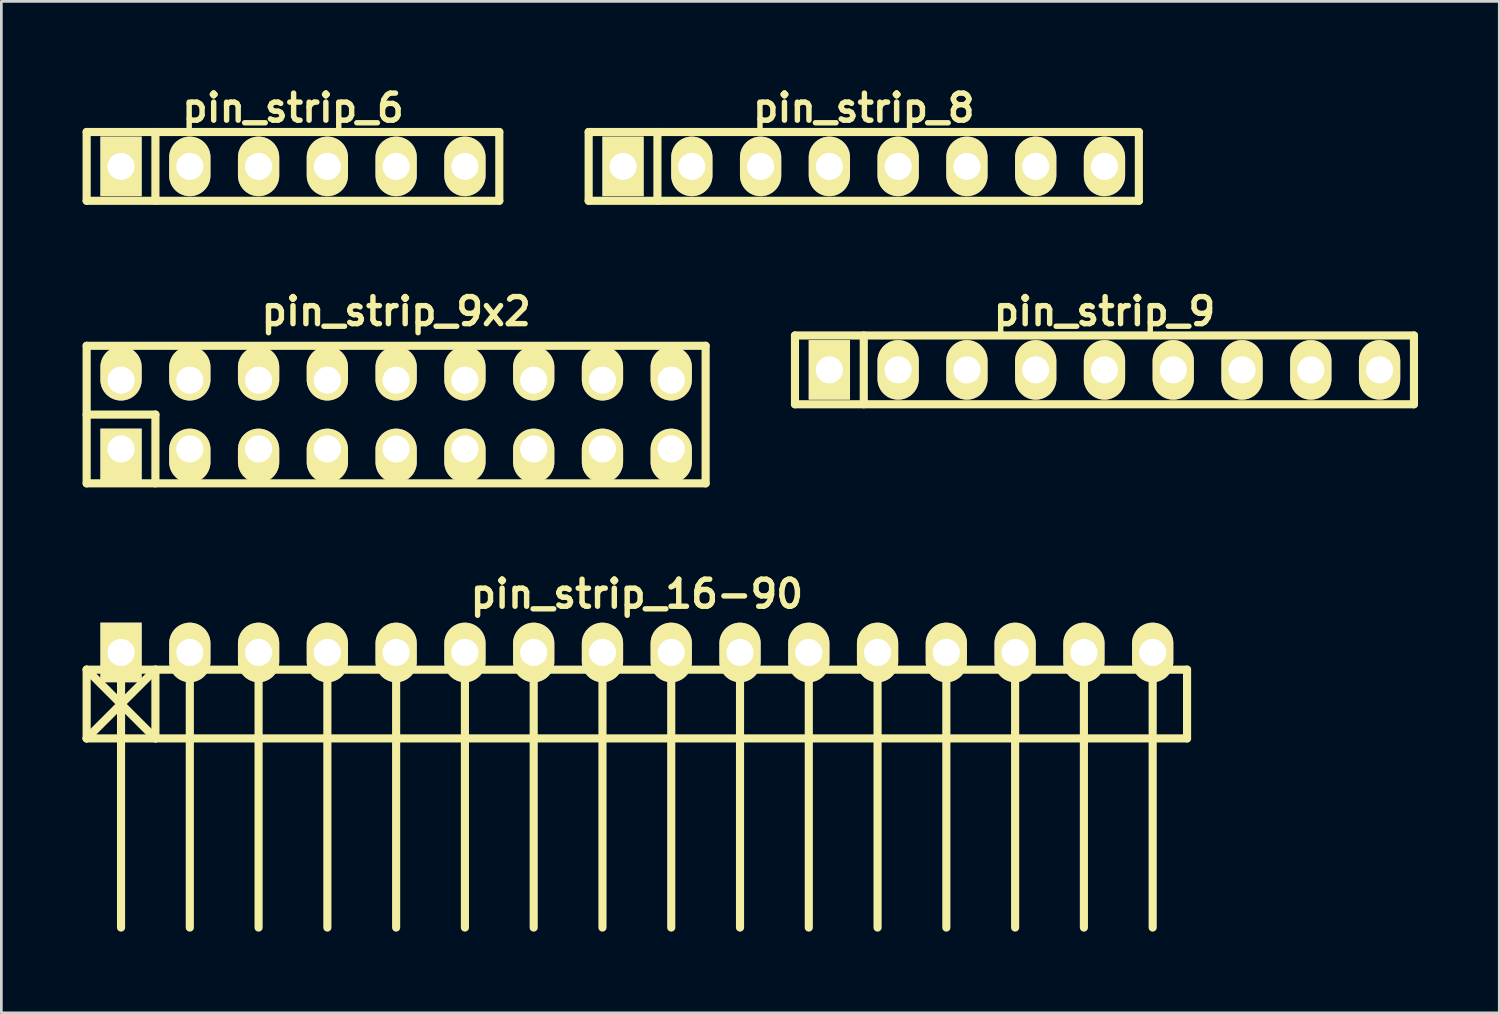
<source format=kicad_pcb>
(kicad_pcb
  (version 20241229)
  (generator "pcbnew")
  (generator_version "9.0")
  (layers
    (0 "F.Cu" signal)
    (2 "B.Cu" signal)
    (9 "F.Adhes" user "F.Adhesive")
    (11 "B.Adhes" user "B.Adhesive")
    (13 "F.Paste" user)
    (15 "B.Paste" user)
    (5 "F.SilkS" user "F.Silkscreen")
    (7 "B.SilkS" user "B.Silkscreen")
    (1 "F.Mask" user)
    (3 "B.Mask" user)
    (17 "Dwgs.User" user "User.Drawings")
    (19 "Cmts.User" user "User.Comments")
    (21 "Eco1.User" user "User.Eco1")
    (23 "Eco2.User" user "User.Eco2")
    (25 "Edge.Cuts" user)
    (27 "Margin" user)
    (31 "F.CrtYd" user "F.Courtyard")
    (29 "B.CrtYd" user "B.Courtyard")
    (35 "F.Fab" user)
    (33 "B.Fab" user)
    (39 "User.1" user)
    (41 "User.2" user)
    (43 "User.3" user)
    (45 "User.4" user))
  (footprint "pin_strip_9"
    (layer "F.Cu")
    (at 37.74 10.61)
    (property "Reference" "pin_strip_9" (at 0 -2.159 0) (layer "F.SilkS") (effects (font (size 1 1) (thickness 0.2))))
    (attr through_hole)
    (fp_line (start -11.43 -1.27) (end 11.43 -1.27) (stroke (width 0.3) (type solid)) (layer "F.SilkS"))
    (fp_line (start -11.43 1.27) (end -11.43 -1.27) (stroke (width 0.3) (type solid)) (layer "F.SilkS"))
    (fp_line (start -8.89 -1.27) (end -8.89 1.27) (stroke (width 0.3) (type solid)) (layer "F.SilkS"))
    (fp_line (start 11.43 -1.27) (end 11.43 1.27) (stroke (width 0.3) (type solid)) (layer "F.SilkS"))
    (fp_line (start 11.43 1.27) (end -11.43 1.27) (stroke (width 0.3) (type solid)) (layer "F.SilkS"))
    (pad "1" thru_hole rect (at -10.16 0) (size 1.524 2.2) (drill 1.001) (layers "*.Cu" "*.Mask" "F.SilkS"))
    (pad "2" thru_hole oval (at -7.62 0) (size 1.524 2.2) (drill 1.001) (layers "*.Cu" "*.Mask" "F.SilkS"))
    (pad "3" thru_hole oval (at -5.08 0) (size 1.524 2.2) (drill 1.001) (layers "*.Cu" "*.Mask" "F.SilkS"))
    (pad "4" thru_hole oval (at -2.54 0) (size 1.524 2.2) (drill 1.001) (layers "*.Cu" "*.Mask" "F.SilkS"))
    (pad "5" thru_hole oval (at 0 0) (size 1.524 2.2) (drill 1.001) (layers "*.Cu" "*.Mask" "F.SilkS"))
    (pad "6" thru_hole oval (at 2.54 0) (size 1.524 2.2) (drill 1.001) (layers "*.Cu" "*.Mask" "F.SilkS"))
    (pad "7" thru_hole oval (at 5.08 0) (size 1.524 2.2) (drill 1.001) (layers "*.Cu" "*.Mask" "F.SilkS"))
    (pad "8" thru_hole oval (at 7.62 0) (size 1.524 2.2) (drill 1.001) (layers "*.Cu" "*.Mask" "F.SilkS"))
    (pad "9" thru_hole oval (at 10.16 0) (size 1.524 2.2) (drill 1.001) (layers "*.Cu" "*.Mask" "F.SilkS")))
  (footprint "pin_strip_6"
    (layer "F.Cu")
    (at 7.77 3.095)
    (property "Reference" "pin_strip_6" (at 0 -2.159 0) (layer "F.SilkS") (effects (font (size 1 1) (thickness 0.2))))
    (attr through_hole)
    (fp_line (start -7.62 -1.27) (end 7.62 -1.27) (stroke (width 0.3) (type solid)) (layer "F.SilkS"))
    (fp_line (start -7.62 1.27) (end -7.62 -1.27) (stroke (width 0.3) (type solid)) (layer "F.SilkS"))
    (fp_line (start -5.08 -1.27) (end -5.08 1.27) (stroke (width 0.3) (type solid)) (layer "F.SilkS"))
    (fp_line (start 7.62 -1.27) (end 7.62 1.27) (stroke (width 0.3) (type solid)) (layer "F.SilkS"))
    (fp_line (start 7.62 1.27) (end -7.62 1.27) (stroke (width 0.3) (type solid)) (layer "F.SilkS"))
    (pad "1" thru_hole rect (at -6.35 0) (size 1.524 2.2) (drill 1.001) (layers "*.Cu" "*.Mask" "F.SilkS"))
    (pad "2" thru_hole oval (at -3.81 0) (size 1.524 2.2) (drill 1.001) (layers "*.Cu" "*.Mask" "F.SilkS"))
    (pad "3" thru_hole oval (at -1.27 0) (size 1.524 2.2) (drill 1.001) (layers "*.Cu" "*.Mask" "F.SilkS"))
    (pad "4" thru_hole oval (at 1.27 0) (size 1.524 2.2) (drill 1.001) (layers "*.Cu" "*.Mask" "F.SilkS"))
    (pad "5" thru_hole oval (at 3.81 0) (size 1.524 2.2) (drill 1.001) (layers "*.Cu" "*.Mask" "F.SilkS"))
    (pad "6" thru_hole oval (at 6.35 0) (size 1.524 2.2) (drill 1.001) (layers "*.Cu" "*.Mask" "F.SilkS")))
  (footprint "pin_strip_16-90"
    (layer "F.Cu")
    (at 20.47 21.046)
    (property "Reference" "pin_strip_16-90" (at 0 -2.159 0) (layer "F.SilkS") (effects (font (size 1 1) (thickness 0.2))))
    (attr through_hole)
    (fp_line (start -20.32 0.635) (end 20.32 0.635) (stroke (width 0.3) (type solid)) (layer "F.SilkS"))
    (fp_line (start -20.32 3.175) (end -20.32 0.635) (stroke (width 0.3) (type solid)) (layer "F.SilkS"))
    (fp_line (start -20.32 3.175) (end -17.78 0.635) (stroke (width 0.3) (type solid)) (layer "F.SilkS"))
    (fp_line (start -19.05 0) (end -19.05 10.16) (stroke (width 0.3) (type solid)) (layer "F.SilkS"))
    (fp_line (start -17.78 0.635) (end -17.78 3.175) (stroke (width 0.3) (type solid)) (layer "F.SilkS"))
    (fp_line (start -17.78 3.175) (end -20.32 0.635) (stroke (width 0.3) (type solid)) (layer "F.SilkS"))
    (fp_line (start -16.51 0) (end -16.51 10.16) (stroke (width 0.3) (type solid)) (layer "F.SilkS"))
    (fp_line (start -13.97 10.16) (end -13.97 0) (stroke (width 0.3) (type solid)) (layer "F.SilkS"))
    (fp_line (start -11.43 0) (end -11.43 10.16) (stroke (width 0.3) (type solid)) (layer "F.SilkS"))
    (fp_line (start -8.89 0) (end -8.89 10.16) (stroke (width 0.3) (type solid)) (layer "F.SilkS"))
    (fp_line (start -6.35 0) (end -6.35 10.16) (stroke (width 0.3) (type solid)) (layer "F.SilkS"))
    (fp_line (start -3.81 0) (end -3.81 10.16) (stroke (width 0.3) (type solid)) (layer "F.SilkS"))
    (fp_line (start -1.27 0) (end -1.27 10.16) (stroke (width 0.3) (type solid)) (layer "F.SilkS"))
    (fp_line (start 1.27 0) (end 1.27 10.16) (stroke (width 0.3) (type solid)) (layer "F.SilkS"))
    (fp_line (start 3.81 0) (end 3.81 10.16) (stroke (width 0.3) (type solid)) (layer "F.SilkS"))
    (fp_line (start 6.35 0) (end 6.35 10.16) (stroke (width 0.3) (type solid)) (layer "F.SilkS"))
    (fp_line (start 8.89 0) (end 8.89 10.16) (stroke (width 0.3) (type solid)) (layer "F.SilkS"))
    (fp_line (start 11.43 10.16) (end 11.43 0) (stroke (width 0.3) (type solid)) (layer "F.SilkS"))
    (fp_line (start 13.97 0) (end 13.97 10.16) (stroke (width 0.3) (type solid)) (layer "F.SilkS"))
    (fp_line (start 16.51 0) (end 16.51 10.16) (stroke (width 0.3) (type solid)) (layer "F.SilkS"))
    (fp_line (start 19.05 0) (end 19.05 10.16) (stroke (width 0.3) (type solid)) (layer "F.SilkS"))
    (fp_line (start 20.32 0.635) (end 20.32 3.175) (stroke (width 0.3) (type solid)) (layer "F.SilkS"))
    (fp_line (start 20.32 3.175) (end -20.32 3.175) (stroke (width 0.3) (type solid)) (layer "F.SilkS"))
    (pad "1" thru_hole rect (at -19.05 0) (size 1.524 2.2) (drill 1.001) (layers "*.Cu" "*.Mask" "F.SilkS"))
    (pad "2" thru_hole oval (at -16.51 0) (size 1.524 2.2) (drill 1.001) (layers "*.Cu" "*.Mask" "F.SilkS"))
    (pad "3" thru_hole oval (at -13.97 0) (size 1.524 2.2) (drill 1.001) (layers "*.Cu" "*.Mask" "F.SilkS"))
    (pad "4" thru_hole oval (at -11.43 0) (size 1.524 2.2) (drill 1.001) (layers "*.Cu" "*.Mask" "F.SilkS"))
    (pad "5" thru_hole oval (at -8.89 0) (size 1.524 2.2) (drill 1.001) (layers "*.Cu" "*.Mask" "F.SilkS"))
    (pad "6" thru_hole oval (at -6.35 0) (size 1.524 2.2) (drill 1.001) (layers "*.Cu" "*.Mask" "F.SilkS"))
    (pad "7" thru_hole oval (at -3.81 0) (size 1.524 2.2) (drill 1.001) (layers "*.Cu" "*.Mask" "F.SilkS"))
    (pad "8" thru_hole oval (at -1.27 0) (size 1.524 2.2) (drill 1.001) (layers "*.Cu" "*.Mask" "F.SilkS"))
    (pad "9" thru_hole oval (at 1.27 0) (size 1.524 2.2) (drill 1.001) (layers "*.Cu" "*.Mask" "F.SilkS"))
    (pad "10" thru_hole oval (at 3.81 0) (size 1.524 2.2) (drill 1.001) (layers "*.Cu" "*.Mask" "F.SilkS"))
    (pad "11" thru_hole oval (at 6.35 0) (size 1.524 2.2) (drill 1.001) (layers "*.Cu" "*.Mask" "F.SilkS"))
    (pad "12" thru_hole oval (at 8.89 0) (size 1.524 2.2) (drill 1.001) (layers "*.Cu" "*.Mask" "F.SilkS"))
    (pad "13" thru_hole oval (at 11.43 0) (size 1.524 2.2) (drill 1.001) (layers "*.Cu" "*.Mask" "F.SilkS"))
    (pad "14" thru_hole oval (at 13.97 0) (size 1.524 2.2) (drill 1.001) (layers "*.Cu" "*.Mask" "F.SilkS"))
    (pad "15" thru_hole oval (at 16.51 0) (size 1.524 2.2) (drill 1.001) (layers "*.Cu" "*.Mask" "F.SilkS"))
    (pad "16" thru_hole oval (at 19.05 0) (size 1.524 2.2) (drill 1.001) (layers "*.Cu" "*.Mask" "F.SilkS")))
  (footprint "pin_strip_9x2"
    (layer "F.Cu")
    (at 11.58 12.261)
    (property "Reference" "pin_strip_9x2" (at 0 -3.81 0) (layer "F.SilkS") (effects (font (size 1 1) (thickness 0.2))))
    (attr through_hole)
    (fp_line (start -11.43 -2.54) (end -11.43 2.54) (stroke (width 0.3) (type solid)) (layer "F.SilkS"))
    (fp_line (start -11.43 -2.54) (end 11.43 -2.54) (stroke (width 0.3) (type solid)) (layer "F.SilkS"))
    (fp_line (start -11.43 0) (end -8.89 0) (stroke (width 0.3) (type solid)) (layer "F.SilkS"))
    (fp_line (start -8.89 0) (end -8.89 2.54) (stroke (width 0.3) (type solid)) (layer "F.SilkS"))
    (fp_line (start 11.43 -2.54) (end 11.43 2.54) (stroke (width 0.3) (type solid)) (layer "F.SilkS"))
    (fp_line (start 11.43 2.54) (end -11.43 2.54) (stroke (width 0.3) (type solid)) (layer "F.SilkS"))
    (pad "1" thru_hole rect (at -10.16 1.27) (size 1.524 1.999) (drill 1.001 (offset 0 0.249)) (layers "*.Cu" "*.Mask" "F.SilkS"))
    (pad "2" thru_hole oval (at -10.16 -1.27) (size 1.524 1.999) (drill 1.001 (offset 0 -0.249)) (layers "*.Cu" "*.Mask" "F.SilkS"))
    (pad "3" thru_hole oval (at -7.62 1.27) (size 1.524 1.999) (drill 1.001 (offset 0 0.249)) (layers "*.Cu" "*.Mask" "F.SilkS"))
    (pad "4" thru_hole oval (at -7.62 -1.27) (size 1.524 1.999) (drill 1.001 (offset 0 -0.249)) (layers "*.Cu" "*.Mask" "F.SilkS"))
    (pad "5" thru_hole oval (at -5.08 1.27) (size 1.524 1.999) (drill 1.001 (offset 0 0.249)) (layers "*.Cu" "*.Mask" "F.SilkS"))
    (pad "6" thru_hole oval (at -5.08 -1.27) (size 1.524 1.999) (drill 1.001 (offset 0 -0.249)) (layers "*.Cu" "*.Mask" "F.SilkS"))
    (pad "7" thru_hole oval (at -2.54 1.27) (size 1.524 1.999) (drill 1.001 (offset 0 0.249)) (layers "*.Cu" "*.Mask" "F.SilkS"))
    (pad "8" thru_hole oval (at -2.54 -1.27) (size 1.524 1.999) (drill 1.001 (offset 0 -0.249)) (layers "*.Cu" "*.Mask" "F.SilkS"))
    (pad "9" thru_hole oval (at 0 1.27) (size 1.524 1.999) (drill 1.001 (offset 0 0.249)) (layers "*.Cu" "*.Mask" "F.SilkS"))
    (pad "10" thru_hole oval (at 0 -1.27) (size 1.524 1.999) (drill 1.001 (offset 0 -0.249)) (layers "*.Cu" "*.Mask" "F.SilkS"))
    (pad "11" thru_hole oval (at 2.54 1.27) (size 1.524 1.999) (drill 1.001 (offset 0 0.249)) (layers "*.Cu" "*.Mask" "F.SilkS"))
    (pad "12" thru_hole oval (at 2.54 -1.27) (size 1.524 1.999) (drill 1.001 (offset 0 -0.249)) (layers "*.Cu" "*.Mask" "F.SilkS"))
    (pad "13" thru_hole oval (at 5.08 1.27) (size 1.524 1.999) (drill 1.001 (offset 0 0.249)) (layers "*.Cu" "*.Mask" "F.SilkS"))
    (pad "14" thru_hole oval (at 5.08 -1.27) (size 1.524 1.999) (drill 1.001 (offset 0 -0.249)) (layers "*.Cu" "*.Mask" "F.SilkS"))
    (pad "15" thru_hole oval (at 7.62 1.27) (size 1.524 1.999) (drill 1.001 (offset 0 0.249)) (layers "*.Cu" "*.Mask" "F.SilkS"))
    (pad "16" thru_hole oval (at 7.62 -1.27) (size 1.524 1.999) (drill 1.001 (offset 0 -0.249)) (layers "*.Cu" "*.Mask" "F.SilkS"))
    (pad "17" thru_hole oval (at 10.16 1.27) (size 1.524 1.999) (drill 1.001 (offset 0 0.249)) (layers "*.Cu" "*.Mask" "F.SilkS"))
    (pad "18" thru_hole oval (at 10.16 -1.27) (size 1.524 1.999) (drill 1.001 (offset 0 -0.249)) (layers "*.Cu" "*.Mask" "F.SilkS")))
  (footprint "pin_strip_8"
    (layer "F.Cu")
    (at 28.85 3.095)
    (property "Reference" "pin_strip_8" (at 0 -2.159 0) (layer "F.SilkS") (effects (font (size 1 1) (thickness 0.2))))
    (attr through_hole)
    (fp_line (start -10.16 -1.27) (end 10.16 -1.27) (stroke (width 0.3) (type solid)) (layer "F.SilkS"))
    (fp_line (start -10.16 1.27) (end -10.16 -1.27) (stroke (width 0.3) (type solid)) (layer "F.SilkS"))
    (fp_line (start -7.62 -1.27) (end -7.62 1.27) (stroke (width 0.3) (type solid)) (layer "F.SilkS"))
    (fp_line (start 10.16 -1.27) (end 10.16 1.27) (stroke (width 0.3) (type solid)) (layer "F.SilkS"))
    (fp_line (start 10.16 1.27) (end -10.16 1.27) (stroke (width 0.3) (type solid)) (layer "F.SilkS"))
    (pad "1" thru_hole rect (at -8.89 0) (size 1.524 2.2) (drill 1.001) (layers "*.Cu" "*.Mask" "F.SilkS"))
    (pad "2" thru_hole oval (at -6.35 0) (size 1.524 2.2) (drill 1.001) (layers "*.Cu" "*.Mask" "F.SilkS"))
    (pad "3" thru_hole oval (at -3.81 0) (size 1.524 2.2) (drill 1.001) (layers "*.Cu" "*.Mask" "F.SilkS"))
    (pad "4" thru_hole oval (at -1.27 0) (size 1.524 2.2) (drill 1.001) (layers "*.Cu" "*.Mask" "F.SilkS"))
    (pad "5" thru_hole oval (at 1.27 0) (size 1.524 2.2) (drill 1.001) (layers "*.Cu" "*.Mask" "F.SilkS"))
    (pad "6" thru_hole oval (at 3.81 0) (size 1.524 2.2) (drill 1.001) (layers "*.Cu" "*.Mask" "F.SilkS"))
    (pad "7" thru_hole oval (at 6.35 0) (size 1.524 2.2) (drill 1.001) (layers "*.Cu" "*.Mask" "F.SilkS"))
    (pad "8" thru_hole oval (at 8.89 0) (size 1.524 2.2) (drill 1.001) (layers "*.Cu" "*.Mask" "F.SilkS")))
  (gr_rect
    (start -3 -3)
    (end 52.32 34.356)
    (stroke (width 0.1) (type default))
    (fill no)
    (layer "Edge.Cuts")))
</source>
